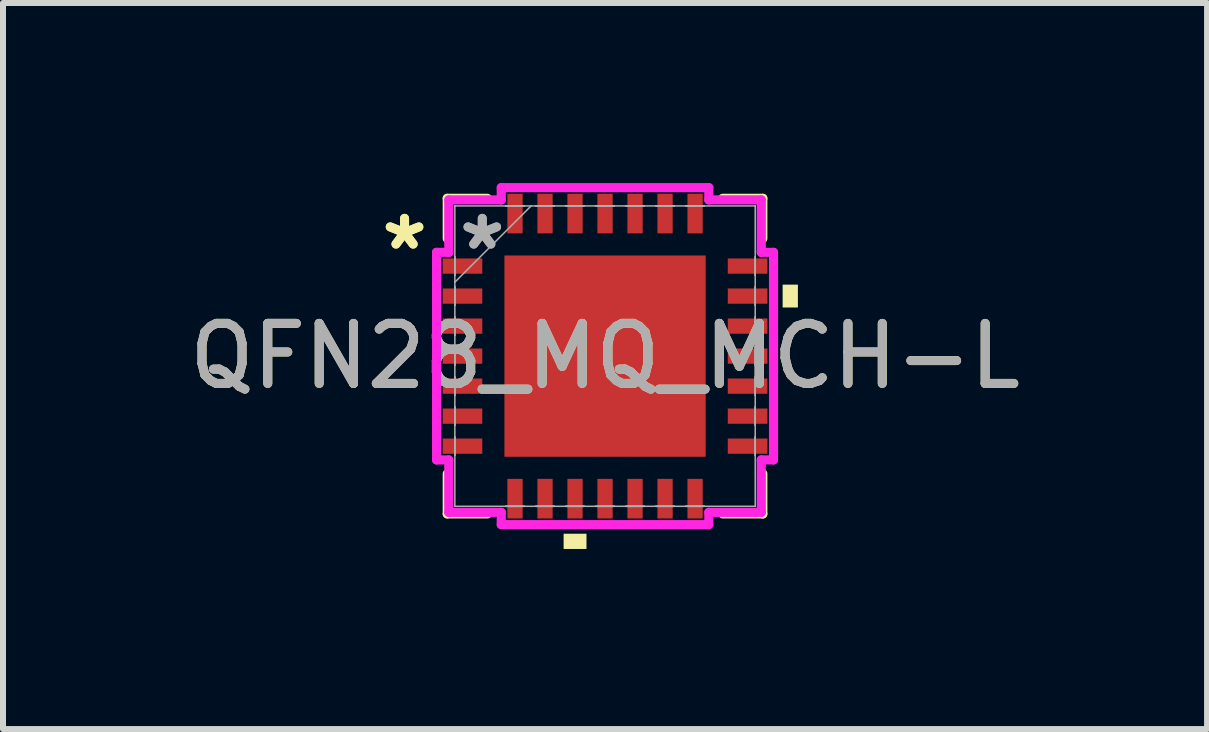
<source format=kicad_pcb>
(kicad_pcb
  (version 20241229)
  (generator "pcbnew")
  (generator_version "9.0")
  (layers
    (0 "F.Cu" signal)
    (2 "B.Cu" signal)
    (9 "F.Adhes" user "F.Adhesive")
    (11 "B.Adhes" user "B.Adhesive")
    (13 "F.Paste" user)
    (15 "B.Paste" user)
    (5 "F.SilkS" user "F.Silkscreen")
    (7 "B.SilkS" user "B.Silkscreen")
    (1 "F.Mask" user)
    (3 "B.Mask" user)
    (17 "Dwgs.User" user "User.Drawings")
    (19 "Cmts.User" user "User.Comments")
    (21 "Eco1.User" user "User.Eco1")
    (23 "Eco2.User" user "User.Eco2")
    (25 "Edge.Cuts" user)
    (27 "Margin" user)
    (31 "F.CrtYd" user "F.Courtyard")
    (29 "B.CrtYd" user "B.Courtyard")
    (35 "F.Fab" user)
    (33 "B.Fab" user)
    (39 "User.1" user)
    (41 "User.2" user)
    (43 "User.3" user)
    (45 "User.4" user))
  (footprint "QFN28_MQ_MCH-L"
    (layer "F.Cu")
    (at 7.03 2.883)
    (property "Reference" "QFN28_MQ_MCH-L" (at 0 0 0) (unlocked yes) (layer "F.SilkS") (effects (font (size 1 1) (thickness 0.15))))
    (attr smd)
    (fp_line (start -2.629 -2.629) (end -2.629 -1.96) (stroke (width 0.152) (type solid)) (layer "F.SilkS"))
    (fp_line (start -2.629 1.96) (end -2.629 2.629) (stroke (width 0.152) (type solid)) (layer "F.SilkS"))
    (fp_line (start -2.629 2.629) (end -1.96 2.629) (stroke (width 0.152) (type solid)) (layer "F.SilkS"))
    (fp_line (start -1.96 -2.629) (end -2.629 -2.629) (stroke (width 0.152) (type solid)) (layer "F.SilkS"))
    (fp_line (start 1.96 2.629) (end 2.629 2.629) (stroke (width 0.152) (type solid)) (layer "F.SilkS"))
    (fp_line (start 2.629 -2.629) (end 1.96 -2.629) (stroke (width 0.152) (type solid)) (layer "F.SilkS"))
    (fp_line (start 2.629 -1.96) (end 2.629 -2.629) (stroke (width 0.152) (type solid)) (layer "F.SilkS"))
    (fp_line (start 2.629 2.629) (end 2.629 1.96) (stroke (width 0.152) (type solid)) (layer "F.SilkS"))
    (fp_poly (pts (xy -0.69 2.959) (xy -0.69 3.213) (xy -0.309 3.213) (xy -0.309 2.959)) (stroke (width 0) (type solid)) (fill yes) (layer "F.SilkS"))
    (fp_poly (pts (xy 3.213 -1.191) (xy 3.213 -0.81) (xy 2.959 -0.81) (xy 2.959 -1.191)) (stroke (width 0) (type solid)) (fill yes) (layer "F.SilkS"))
    (fp_poly (pts (xy -1.576 -1.576) (xy -1.576 -0.1) (xy -0.1 -0.1) (xy -0.1 -1.576)) (stroke (width 0) (type solid)) (fill yes) (layer "F.Paste"))
    (fp_poly (pts (xy -1.576 0.1) (xy -1.576 1.576) (xy -0.1 1.576) (xy -0.1 0.1)) (stroke (width 0) (type solid)) (fill yes) (layer "F.Paste"))
    (fp_poly (pts (xy 0.1 -1.576) (xy 0.1 -0.1) (xy 1.576 -0.1) (xy 1.576 -1.576)) (stroke (width 0) (type solid)) (fill yes) (layer "F.Paste"))
    (fp_poly (pts (xy 0.1 0.1) (xy 0.1 1.576) (xy 1.576 1.576) (xy 1.576 0.1)) (stroke (width 0) (type solid)) (fill yes) (layer "F.Paste"))
    (fp_line (start -2.807 -1.729) (end -2.603 -1.729) (stroke (width 0.152) (type solid)) (layer "F.CrtYd"))
    (fp_line (start -2.807 1.729) (end -2.807 -1.729) (stroke (width 0.152) (type solid)) (layer "F.CrtYd"))
    (fp_line (start -2.603 -2.603) (end -1.729 -2.603) (stroke (width 0.152) (type solid)) (layer "F.CrtYd"))
    (fp_line (start -2.603 -1.729) (end -2.603 -2.603) (stroke (width 0.152) (type solid)) (layer "F.CrtYd"))
    (fp_line (start -2.603 1.729) (end -2.807 1.729) (stroke (width 0.152) (type solid)) (layer "F.CrtYd"))
    (fp_line (start -2.603 2.603) (end -2.603 1.729) (stroke (width 0.152) (type solid)) (layer "F.CrtYd"))
    (fp_line (start -1.729 -2.807) (end 1.729 -2.807) (stroke (width 0.152) (type solid)) (layer "F.CrtYd"))
    (fp_line (start -1.729 -2.603) (end -1.729 -2.807) (stroke (width 0.152) (type solid)) (layer "F.CrtYd"))
    (fp_line (start -1.729 2.603) (end -2.603 2.603) (stroke (width 0.152) (type solid)) (layer "F.CrtYd"))
    (fp_line (start -1.729 2.807) (end -1.729 2.603) (stroke (width 0.152) (type solid)) (layer "F.CrtYd"))
    (fp_line (start 1.729 -2.807) (end 1.729 -2.603) (stroke (width 0.152) (type solid)) (layer "F.CrtYd"))
    (fp_line (start 1.729 -2.603) (end 2.603 -2.603) (stroke (width 0.152) (type solid)) (layer "F.CrtYd"))
    (fp_line (start 1.729 2.603) (end 1.729 2.807) (stroke (width 0.152) (type solid)) (layer "F.CrtYd"))
    (fp_line (start 1.729 2.807) (end -1.729 2.807) (stroke (width 0.152) (type solid)) (layer "F.CrtYd"))
    (fp_line (start 2.603 -2.603) (end 2.603 -1.729) (stroke (width 0.152) (type solid)) (layer "F.CrtYd"))
    (fp_line (start 2.603 -1.729) (end 2.807 -1.729) (stroke (width 0.152) (type solid)) (layer "F.CrtYd"))
    (fp_line (start 2.603 1.729) (end 2.603 2.603) (stroke (width 0.152) (type solid)) (layer "F.CrtYd"))
    (fp_line (start 2.603 2.603) (end 1.729 2.603) (stroke (width 0.152) (type solid)) (layer "F.CrtYd"))
    (fp_line (start 2.807 -1.729) (end 2.807 1.729) (stroke (width 0.152) (type solid)) (layer "F.CrtYd"))
    (fp_line (start 2.807 1.729) (end 2.603 1.729) (stroke (width 0.152) (type solid)) (layer "F.CrtYd"))
    (fp_line (start -2.502 -2.502) (end -2.502 -2.502) (stroke (width 0.025) (type solid)) (layer "F.Fab"))
    (fp_line (start -2.502 -2.502) (end -2.502 2.502) (stroke (width 0.025) (type solid)) (layer "F.Fab"))
    (fp_line (start -2.502 -1.652) (end -2.502 -1.652) (stroke (width 0.025) (type solid)) (layer "F.Fab"))
    (fp_line (start -2.502 -1.652) (end -2.502 -1.348) (stroke (width 0.025) (type solid)) (layer "F.Fab"))
    (fp_line (start -2.502 -1.348) (end -2.502 -1.652) (stroke (width 0.025) (type solid)) (layer "F.Fab"))
    (fp_line (start -2.502 -1.348) (end -2.502 -1.348) (stroke (width 0.025) (type solid)) (layer "F.Fab"))
    (fp_line (start -2.502 -1.232) (end -1.232 -2.502) (stroke (width 0.025) (type solid)) (layer "F.Fab"))
    (fp_line (start -2.502 -1.152) (end -2.502 -1.152) (stroke (width 0.025) (type solid)) (layer "F.Fab"))
    (fp_line (start -2.502 -1.152) (end -2.502 -0.848) (stroke (width 0.025) (type solid)) (layer "F.Fab"))
    (fp_line (start -2.502 -0.848) (end -2.502 -1.152) (stroke (width 0.025) (type solid)) (layer "F.Fab"))
    (fp_line (start -2.502 -0.848) (end -2.502 -0.848) (stroke (width 0.025) (type solid)) (layer "F.Fab"))
    (fp_line (start -2.502 -0.652) (end -2.502 -0.652) (stroke (width 0.025) (type solid)) (layer "F.Fab"))
    (fp_line (start -2.502 -0.652) (end -2.502 -0.348) (stroke (width 0.025) (type solid)) (layer "F.Fab"))
    (fp_line (start -2.502 -0.348) (end -2.502 -0.652) (stroke (width 0.025) (type solid)) (layer "F.Fab"))
    (fp_line (start -2.502 -0.348) (end -2.502 -0.348) (stroke (width 0.025) (type solid)) (layer "F.Fab"))
    (fp_line (start -2.502 -0.152) (end -2.502 -0.152) (stroke (width 0.025) (type solid)) (layer "F.Fab"))
    (fp_line (start -2.502 -0.152) (end -2.502 0.152) (stroke (width 0.025) (type solid)) (layer "F.Fab"))
    (fp_line (start -2.502 0.152) (end -2.502 -0.152) (stroke (width 0.025) (type solid)) (layer "F.Fab"))
    (fp_line (start -2.502 0.152) (end -2.502 0.152) (stroke (width 0.025) (type solid)) (layer "F.Fab"))
    (fp_line (start -2.502 0.348) (end -2.502 0.348) (stroke (width 0.025) (type solid)) (layer "F.Fab"))
    (fp_line (start -2.502 0.348) (end -2.502 0.652) (stroke (width 0.025) (type solid)) (layer "F.Fab"))
    (fp_line (start -2.502 0.652) (end -2.502 0.348) (stroke (width 0.025) (type solid)) (layer "F.Fab"))
    (fp_line (start -2.502 0.652) (end -2.502 0.652) (stroke (width 0.025) (type solid)) (layer "F.Fab"))
    (fp_line (start -2.502 0.848) (end -2.502 0.848) (stroke (width 0.025) (type solid)) (layer "F.Fab"))
    (fp_line (start -2.502 0.848) (end -2.502 1.152) (stroke (width 0.025) (type solid)) (layer "F.Fab"))
    (fp_line (start -2.502 1.152) (end -2.502 0.848) (stroke (width 0.025) (type solid)) (layer "F.Fab"))
    (fp_line (start -2.502 1.152) (end -2.502 1.152) (stroke (width 0.025) (type solid)) (layer "F.Fab"))
    (fp_line (start -2.502 1.348) (end -2.502 1.348) (stroke (width 0.025) (type solid)) (layer "F.Fab"))
    (fp_line (start -2.502 1.348) (end -2.502 1.652) (stroke (width 0.025) (type solid)) (layer "F.Fab"))
    (fp_line (start -2.502 1.652) (end -2.502 1.348) (stroke (width 0.025) (type solid)) (layer "F.Fab"))
    (fp_line (start -2.502 1.652) (end -2.502 1.652) (stroke (width 0.025) (type solid)) (layer "F.Fab"))
    (fp_line (start -2.502 2.502) (end -2.502 2.502) (stroke (width 0.025) (type solid)) (layer "F.Fab"))
    (fp_line (start -2.502 2.502) (end 2.502 2.502) (stroke (width 0.025) (type solid)) (layer "F.Fab"))
    (fp_line (start -1.652 -2.502) (end -1.652 -2.502) (stroke (width 0.025) (type solid)) (layer "F.Fab"))
    (fp_line (start -1.652 -2.502) (end -1.348 -2.502) (stroke (width 0.025) (type solid)) (layer "F.Fab"))
    (fp_line (start -1.652 2.502) (end -1.652 2.502) (stroke (width 0.025) (type solid)) (layer "F.Fab"))
    (fp_line (start -1.652 2.502) (end -1.348 2.502) (stroke (width 0.025) (type solid)) (layer "F.Fab"))
    (fp_line (start -1.348 -2.502) (end -1.652 -2.502) (stroke (width 0.025) (type solid)) (layer "F.Fab"))
    (fp_line (start -1.348 -2.502) (end -1.348 -2.502) (stroke (width 0.025) (type solid)) (layer "F.Fab"))
    (fp_line (start -1.348 2.502) (end -1.652 2.502) (stroke (width 0.025) (type solid)) (layer "F.Fab"))
    (fp_line (start -1.348 2.502) (end -1.348 2.502) (stroke (width 0.025) (type solid)) (layer "F.Fab"))
    (fp_line (start -1.152 -2.502) (end -1.152 -2.502) (stroke (width 0.025) (type solid)) (layer "F.Fab"))
    (fp_line (start -1.152 -2.502) (end -0.848 -2.502) (stroke (width 0.025) (type solid)) (layer "F.Fab"))
    (fp_line (start -1.152 2.502) (end -1.152 2.502) (stroke (width 0.025) (type solid)) (layer "F.Fab"))
    (fp_line (start -1.152 2.502) (end -0.848 2.502) (stroke (width 0.025) (type solid)) (layer "F.Fab"))
    (fp_line (start -0.848 -2.502) (end -1.152 -2.502) (stroke (width 0.025) (type solid)) (layer "F.Fab"))
    (fp_line (start -0.848 -2.502) (end -0.848 -2.502) (stroke (width 0.025) (type solid)) (layer "F.Fab"))
    (fp_line (start -0.848 2.502) (end -1.152 2.502) (stroke (width 0.025) (type solid)) (layer "F.Fab"))
    (fp_line (start -0.848 2.502) (end -0.848 2.502) (stroke (width 0.025) (type solid)) (layer "F.Fab"))
    (fp_line (start -0.652 -2.502) (end -0.652 -2.502) (stroke (width 0.025) (type solid)) (layer "F.Fab"))
    (fp_line (start -0.652 -2.502) (end -0.348 -2.502) (stroke (width 0.025) (type solid)) (layer "F.Fab"))
    (fp_line (start -0.652 2.502) (end -0.652 2.502) (stroke (width 0.025) (type solid)) (layer "F.Fab"))
    (fp_line (start -0.652 2.502) (end -0.348 2.502) (stroke (width 0.025) (type solid)) (layer "F.Fab"))
    (fp_line (start -0.348 -2.502) (end -0.652 -2.502) (stroke (width 0.025) (type solid)) (layer "F.Fab"))
    (fp_line (start -0.348 -2.502) (end -0.348 -2.502) (stroke (width 0.025) (type solid)) (layer "F.Fab"))
    (fp_line (start -0.348 2.502) (end -0.652 2.502) (stroke (width 0.025) (type solid)) (layer "F.Fab"))
    (fp_line (start -0.348 2.502) (end -0.348 2.502) (stroke (width 0.025) (type solid)) (layer "F.Fab"))
    (fp_line (start -0.152 -2.502) (end -0.152 -2.502) (stroke (width 0.025) (type solid)) (layer "F.Fab"))
    (fp_line (start -0.152 -2.502) (end 0.152 -2.502) (stroke (width 0.025) (type solid)) (layer "F.Fab"))
    (fp_line (start -0.152 2.502) (end -0.152 2.502) (stroke (width 0.025) (type solid)) (layer "F.Fab"))
    (fp_line (start -0.152 2.502) (end 0.152 2.502) (stroke (width 0.025) (type solid)) (layer "F.Fab"))
    (fp_line (start 0.152 -2.502) (end -0.152 -2.502) (stroke (width 0.025) (type solid)) (layer "F.Fab"))
    (fp_line (start 0.152 -2.502) (end 0.152 -2.502) (stroke (width 0.025) (type solid)) (layer "F.Fab"))
    (fp_line (start 0.152 2.502) (end -0.152 2.502) (stroke (width 0.025) (type solid)) (layer "F.Fab"))
    (fp_line (start 0.152 2.502) (end 0.152 2.502) (stroke (width 0.025) (type solid)) (layer "F.Fab"))
    (fp_line (start 0.348 -2.502) (end 0.348 -2.502) (stroke (width 0.025) (type solid)) (layer "F.Fab"))
    (fp_line (start 0.348 -2.502) (end 0.652 -2.502) (stroke (width 0.025) (type solid)) (layer "F.Fab"))
    (fp_line (start 0.348 2.502) (end 0.348 2.502) (stroke (width 0.025) (type solid)) (layer "F.Fab"))
    (fp_line (start 0.348 2.502) (end 0.652 2.502) (stroke (width 0.025) (type solid)) (layer "F.Fab"))
    (fp_line (start 0.652 -2.502) (end 0.348 -2.502) (stroke (width 0.025) (type solid)) (layer "F.Fab"))
    (fp_line (start 0.652 -2.502) (end 0.652 -2.502) (stroke (width 0.025) (type solid)) (layer "F.Fab"))
    (fp_line (start 0.652 2.502) (end 0.348 2.502) (stroke (width 0.025) (type solid)) (layer "F.Fab"))
    (fp_line (start 0.652 2.502) (end 0.652 2.502) (stroke (width 0.025) (type solid)) (layer "F.Fab"))
    (fp_line (start 0.848 -2.502) (end 0.848 -2.502) (stroke (width 0.025) (type solid)) (layer "F.Fab"))
    (fp_line (start 0.848 -2.502) (end 1.152 -2.502) (stroke (width 0.025) (type solid)) (layer "F.Fab"))
    (fp_line (start 0.848 2.502) (end 0.848 2.502) (stroke (width 0.025) (type solid)) (layer "F.Fab"))
    (fp_line (start 0.848 2.502) (end 1.152 2.502) (stroke (width 0.025) (type solid)) (layer "F.Fab"))
    (fp_line (start 1.152 -2.502) (end 0.848 -2.502) (stroke (width 0.025) (type solid)) (layer "F.Fab"))
    (fp_line (start 1.152 -2.502) (end 1.152 -2.502) (stroke (width 0.025) (type solid)) (layer "F.Fab"))
    (fp_line (start 1.152 2.502) (end 0.848 2.502) (stroke (width 0.025) (type solid)) (layer "F.Fab"))
    (fp_line (start 1.152 2.502) (end 1.152 2.502) (stroke (width 0.025) (type solid)) (layer "F.Fab"))
    (fp_line (start 1.348 -2.502) (end 1.348 -2.502) (stroke (width 0.025) (type solid)) (layer "F.Fab"))
    (fp_line (start 1.348 -2.502) (end 1.652 -2.502) (stroke (width 0.025) (type solid)) (layer "F.Fab"))
    (fp_line (start 1.348 2.502) (end 1.348 2.502) (stroke (width 0.025) (type solid)) (layer "F.Fab"))
    (fp_line (start 1.348 2.502) (end 1.652 2.502) (stroke (width 0.025) (type solid)) (layer "F.Fab"))
    (fp_line (start 1.652 -2.502) (end 1.348 -2.502) (stroke (width 0.025) (type solid)) (layer "F.Fab"))
    (fp_line (start 1.652 -2.502) (end 1.652 -2.502) (stroke (width 0.025) (type solid)) (layer "F.Fab"))
    (fp_line (start 1.652 2.502) (end 1.348 2.502) (stroke (width 0.025) (type solid)) (layer "F.Fab"))
    (fp_line (start 1.652 2.502) (end 1.652 2.502) (stroke (width 0.025) (type solid)) (layer "F.Fab"))
    (fp_line (start 2.502 -2.502) (end -2.502 -2.502) (stroke (width 0.025) (type solid)) (layer "F.Fab"))
    (fp_line (start 2.502 -2.502) (end 2.502 -2.502) (stroke (width 0.025) (type solid)) (layer "F.Fab"))
    (fp_line (start 2.502 -1.652) (end 2.502 -1.652) (stroke (width 0.025) (type solid)) (layer "F.Fab"))
    (fp_line (start 2.502 -1.652) (end 2.502 -1.348) (stroke (width 0.025) (type solid)) (layer "F.Fab"))
    (fp_line (start 2.502 -1.348) (end 2.502 -1.652) (stroke (width 0.025) (type solid)) (layer "F.Fab"))
    (fp_line (start 2.502 -1.348) (end 2.502 -1.348) (stroke (width 0.025) (type solid)) (layer "F.Fab"))
    (fp_line (start 2.502 -1.152) (end 2.502 -1.152) (stroke (width 0.025) (type solid)) (layer "F.Fab"))
    (fp_line (start 2.502 -1.152) (end 2.502 -0.848) (stroke (width 0.025) (type solid)) (layer "F.Fab"))
    (fp_line (start 2.502 -0.848) (end 2.502 -1.152) (stroke (width 0.025) (type solid)) (layer "F.Fab"))
    (fp_line (start 2.502 -0.848) (end 2.502 -0.848) (stroke (width 0.025) (type solid)) (layer "F.Fab"))
    (fp_line (start 2.502 -0.652) (end 2.502 -0.652) (stroke (width 0.025) (type solid)) (layer "F.Fab"))
    (fp_line (start 2.502 -0.652) (end 2.502 -0.348) (stroke (width 0.025) (type solid)) (layer "F.Fab"))
    (fp_line (start 2.502 -0.348) (end 2.502 -0.652) (stroke (width 0.025) (type solid)) (layer "F.Fab"))
    (fp_line (start 2.502 -0.348) (end 2.502 -0.348) (stroke (width 0.025) (type solid)) (layer "F.Fab"))
    (fp_line (start 2.502 -0.152) (end 2.502 -0.152) (stroke (width 0.025) (type solid)) (layer "F.Fab"))
    (fp_line (start 2.502 -0.152) (end 2.502 0.152) (stroke (width 0.025) (type solid)) (layer "F.Fab"))
    (fp_line (start 2.502 0.152) (end 2.502 -0.152) (stroke (width 0.025) (type solid)) (layer "F.Fab"))
    (fp_line (start 2.502 0.152) (end 2.502 0.152) (stroke (width 0.025) (type solid)) (layer "F.Fab"))
    (fp_line (start 2.502 0.348) (end 2.502 0.348) (stroke (width 0.025) (type solid)) (layer "F.Fab"))
    (fp_line (start 2.502 0.348) (end 2.502 0.652) (stroke (width 0.025) (type solid)) (layer "F.Fab"))
    (fp_line (start 2.502 0.652) (end 2.502 0.348) (stroke (width 0.025) (type solid)) (layer "F.Fab"))
    (fp_line (start 2.502 0.652) (end 2.502 0.652) (stroke (width 0.025) (type solid)) (layer "F.Fab"))
    (fp_line (start 2.502 0.848) (end 2.502 0.848) (stroke (width 0.025) (type solid)) (layer "F.Fab"))
    (fp_line (start 2.502 0.848) (end 2.502 1.152) (stroke (width 0.025) (type solid)) (layer "F.Fab"))
    (fp_line (start 2.502 1.152) (end 2.502 0.848) (stroke (width 0.025) (type solid)) (layer "F.Fab"))
    (fp_line (start 2.502 1.152) (end 2.502 1.152) (stroke (width 0.025) (type solid)) (layer "F.Fab"))
    (fp_line (start 2.502 1.348) (end 2.502 1.348) (stroke (width 0.025) (type solid)) (layer "F.Fab"))
    (fp_line (start 2.502 1.348) (end 2.502 1.652) (stroke (width 0.025) (type solid)) (layer "F.Fab"))
    (fp_line (start 2.502 1.652) (end 2.502 1.348) (stroke (width 0.025) (type solid)) (layer "F.Fab"))
    (fp_line (start 2.502 1.652) (end 2.502 1.652) (stroke (width 0.025) (type solid)) (layer "F.Fab"))
    (fp_line (start 2.502 2.502) (end 2.502 -2.502) (stroke (width 0.025) (type solid)) (layer "F.Fab"))
    (fp_line (start 2.502 2.502) (end 2.502 2.502) (stroke (width 0.025) (type solid)) (layer "F.Fab"))
    (fp_text user "*" (at -3.34 -1.75 0) (unlocked yes) (layer "F.SilkS") (effects (font (size 1 1) (thickness 0.15))))
    (fp_text user "*" (at -3.34 -1.75 0) (layer "F.SilkS") (effects (font (size 1 1) (thickness 0.15))))
    (fp_text user "*" (at -2.045 -1.75 0) (layer "F.Fab") (effects (font (size 1 1) (thickness 0.15))))
    (fp_text user "*" (at -2.045 -1.75 0) (unlocked yes) (layer "F.Fab") (effects (font (size 1 1) (thickness 0.15))))
    (fp_text user "${REFERENCE}" (at 0 0 0) (unlocked yes) (layer "F.Fab") (effects (font (size 1 1) (thickness 0.15))))
    (pad "1" smd rect (at -2.375 -1.5 90) (size 0.254 0.66) (layers "F.Cu" "F.Mask" "F.Paste"))
    (pad "2" smd rect (at -2.375 -1 90) (size 0.254 0.66) (layers "F.Cu" "F.Mask" "F.Paste"))
    (pad "3" smd rect (at -2.375 -0.5 90) (size 0.254 0.66) (layers "F.Cu" "F.Mask" "F.Paste"))
    (pad "4" smd rect (at -2.375 0 90) (size 0.254 0.66) (layers "F.Cu" "F.Mask" "F.Paste"))
    (pad "5" smd rect (at -2.375 0.5 90) (size 0.254 0.66) (layers "F.Cu" "F.Mask" "F.Paste"))
    (pad "6" smd rect (at -2.375 1 90) (size 0.254 0.66) (layers "F.Cu" "F.Mask" "F.Paste"))
    (pad "7" smd rect (at -2.375 1.5 90) (size 0.254 0.66) (layers "F.Cu" "F.Mask" "F.Paste"))
    (pad "8" smd rect (at -1.5 2.375) (size 0.254 0.66) (layers "F.Cu" "F.Mask" "F.Paste"))
    (pad "9" smd rect (at -1 2.375) (size 0.254 0.66) (layers "F.Cu" "F.Mask" "F.Paste"))
    (pad "10" smd rect (at -0.5 2.375) (size 0.254 0.66) (layers "F.Cu" "F.Mask" "F.Paste"))
    (pad "11" smd rect (at 0 2.375) (size 0.254 0.66) (layers "F.Cu" "F.Mask" "F.Paste"))
    (pad "12" smd rect (at 0.5 2.375) (size 0.254 0.66) (layers "F.Cu" "F.Mask" "F.Paste"))
    (pad "13" smd rect (at 1 2.375) (size 0.254 0.66) (layers "F.Cu" "F.Mask" "F.Paste"))
    (pad "14" smd rect (at 1.5 2.375) (size 0.254 0.66) (layers "F.Cu" "F.Mask" "F.Paste"))
    (pad "15" smd rect (at 2.375 1.5 90) (size 0.254 0.66) (layers "F.Cu" "F.Mask" "F.Paste"))
    (pad "16" smd rect (at 2.375 1 90) (size 0.254 0.66) (layers "F.Cu" "F.Mask" "F.Paste"))
    (pad "17" smd rect (at 2.375 0.5 90) (size 0.254 0.66) (layers "F.Cu" "F.Mask" "F.Paste"))
    (pad "18" smd rect (at 2.375 0 90) (size 0.254 0.66) (layers "F.Cu" "F.Mask" "F.Paste"))
    (pad "19" smd rect (at 2.375 -0.5 90) (size 0.254 0.66) (layers "F.Cu" "F.Mask" "F.Paste"))
    (pad "20" smd rect (at 2.375 -1 90) (size 0.254 0.66) (layers "F.Cu" "F.Mask" "F.Paste"))
    (pad "21" smd rect (at 2.375 -1.5 90) (size 0.254 0.66) (layers "F.Cu" "F.Mask" "F.Paste"))
    (pad "22" smd rect (at 1.5 -2.375) (size 0.254 0.66) (layers "F.Cu" "F.Mask" "F.Paste"))
    (pad "23" smd rect (at 1 -2.375) (size 0.254 0.66) (layers "F.Cu" "F.Mask" "F.Paste"))
    (pad "24" smd rect (at 0.5 -2.375) (size 0.254 0.66) (layers "F.Cu" "F.Mask" "F.Paste"))
    (pad "25" smd rect (at 0 -2.375) (size 0.254 0.66) (layers "F.Cu" "F.Mask" "F.Paste"))
    (pad "26" smd rect (at -0.5 -2.375) (size 0.254 0.66) (layers "F.Cu" "F.Mask" "F.Paste"))
    (pad "27" smd rect (at -1 -2.375) (size 0.254 0.66) (layers "F.Cu" "F.Mask" "F.Paste"))
    (pad "28" smd rect (at -1.5 -2.375) (size 0.254 0.66) (layers "F.Cu" "F.Mask" "F.Paste"))
    (pad "29" smd rect (at 0 0) (size 3.353 3.353) (layers "F.Cu" "F.Mask" "F.Paste")))
  (gr_rect
    (start -3 -3)
    (end 17.06 9.096)
    (stroke (width 0.1) (type default))
    (fill no)
    (layer "Edge.Cuts")))
</source>
